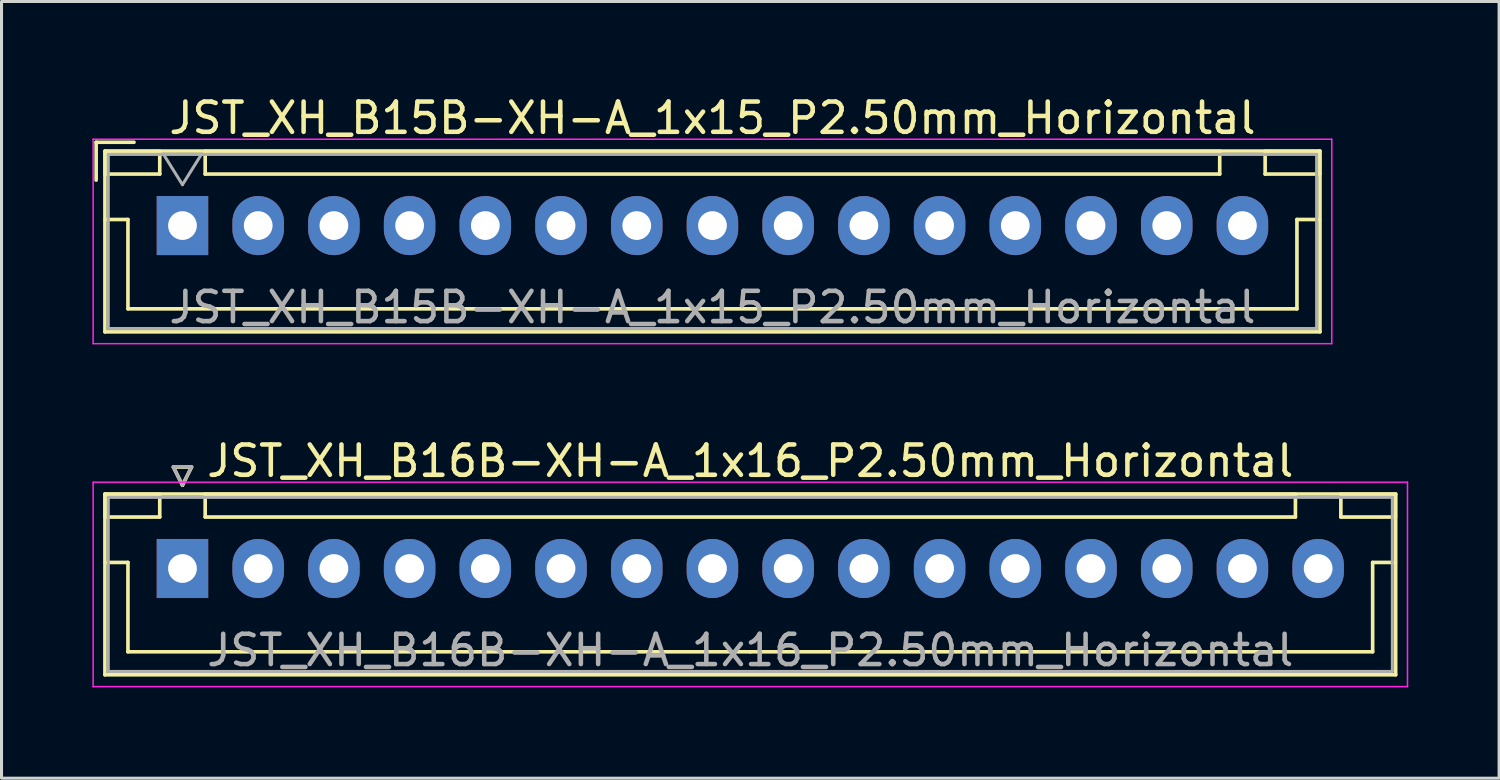
<source format=kicad_pcb>
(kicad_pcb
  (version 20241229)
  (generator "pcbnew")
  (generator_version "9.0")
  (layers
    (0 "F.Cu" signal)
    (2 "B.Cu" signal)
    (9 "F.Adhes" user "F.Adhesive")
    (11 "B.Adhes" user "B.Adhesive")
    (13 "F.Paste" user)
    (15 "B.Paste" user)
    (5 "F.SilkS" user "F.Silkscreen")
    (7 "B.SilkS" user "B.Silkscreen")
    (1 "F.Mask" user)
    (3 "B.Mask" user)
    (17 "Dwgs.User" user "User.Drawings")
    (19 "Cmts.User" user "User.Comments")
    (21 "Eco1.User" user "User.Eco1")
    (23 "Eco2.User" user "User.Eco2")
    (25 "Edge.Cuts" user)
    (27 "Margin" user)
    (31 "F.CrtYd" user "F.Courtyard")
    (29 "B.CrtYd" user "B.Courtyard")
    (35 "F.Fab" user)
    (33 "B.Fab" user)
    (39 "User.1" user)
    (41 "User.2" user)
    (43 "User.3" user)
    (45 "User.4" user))
  (footprint "JST_XH_B16B-XH-A_1x16_P2.50mm_Horizontal"
    (layer "F.Cu")
    (at 2.975 15.722)
    (property "Reference" "JST_XH_B16B-XH-A_1x16_P2.50mm_Horizontal" (at 18.75 -3.55 0) (layer "F.SilkS") (effects (font (size 1 1) (thickness 0.15))))
    (attr through_hole)
    (fp_line (start -2.56 -2.46) (end -2.56 3.51) (stroke (width 0.12) (type solid)) (layer "F.SilkS"))
    (fp_line (start -2.56 3.51) (end 40.06 3.51) (stroke (width 0.12) (type solid)) (layer "F.SilkS"))
    (fp_line (start -2.55 -2.45) (end -2.55 -1.7) (stroke (width 0.12) (type solid)) (layer "F.SilkS"))
    (fp_line (start -2.55 -1.7) (end -0.75 -1.7) (stroke (width 0.12) (type solid)) (layer "F.SilkS"))
    (fp_line (start -2.55 -0.2) (end -1.8 -0.2) (stroke (width 0.12) (type solid)) (layer "F.SilkS"))
    (fp_line (start -1.8 -0.2) (end -1.8 2.75) (stroke (width 0.12) (type solid)) (layer "F.SilkS"))
    (fp_line (start -1.8 2.75) (end 18.75 2.75) (stroke (width 0.12) (type solid)) (layer "F.SilkS"))
    (fp_line (start -0.75 -2.45) (end -2.55 -2.45) (stroke (width 0.12) (type solid)) (layer "F.SilkS"))
    (fp_line (start -0.75 -1.7) (end -0.75 -2.45) (stroke (width 0.12) (type solid)) (layer "F.SilkS"))
    (fp_line (start -0.3 -3.35) (end 0.3 -3.35) (stroke (width 0.12) (type solid)) (layer "F.SilkS"))
    (fp_line (start 0 -2.75) (end -0.3 -3.35) (stroke (width 0.12) (type solid)) (layer "F.SilkS"))
    (fp_line (start 0.3 -3.35) (end 0 -2.75) (stroke (width 0.12) (type solid)) (layer "F.SilkS"))
    (fp_line (start 0.75 -2.45) (end 0.75 -1.7) (stroke (width 0.12) (type solid)) (layer "F.SilkS"))
    (fp_line (start 0.75 -1.7) (end 36.75 -1.7) (stroke (width 0.12) (type solid)) (layer "F.SilkS"))
    (fp_line (start 36.75 -2.45) (end 0.75 -2.45) (stroke (width 0.12) (type solid)) (layer "F.SilkS"))
    (fp_line (start 36.75 -1.7) (end 36.75 -2.45) (stroke (width 0.12) (type solid)) (layer "F.SilkS"))
    (fp_line (start 38.25 -2.45) (end 38.25 -1.7) (stroke (width 0.12) (type solid)) (layer "F.SilkS"))
    (fp_line (start 38.25 -1.7) (end 40.05 -1.7) (stroke (width 0.12) (type solid)) (layer "F.SilkS"))
    (fp_line (start 39.3 -0.2) (end 39.3 2.75) (stroke (width 0.12) (type solid)) (layer "F.SilkS"))
    (fp_line (start 39.3 2.75) (end 18.75 2.75) (stroke (width 0.12) (type solid)) (layer "F.SilkS"))
    (fp_line (start 40.05 -2.45) (end 38.25 -2.45) (stroke (width 0.12) (type solid)) (layer "F.SilkS"))
    (fp_line (start 40.05 -1.7) (end 40.05 -2.45) (stroke (width 0.12) (type solid)) (layer "F.SilkS"))
    (fp_line (start 40.05 -0.2) (end 39.3 -0.2) (stroke (width 0.12) (type solid)) (layer "F.SilkS"))
    (fp_line (start 40.06 -2.46) (end -2.56 -2.46) (stroke (width 0.12) (type solid)) (layer "F.SilkS"))
    (fp_line (start 40.06 3.51) (end 40.06 -2.46) (stroke (width 0.12) (type solid)) (layer "F.SilkS"))
    (fp_line (start -2.95 -2.85) (end -2.95 3.9) (stroke (width 0.05) (type solid)) (layer "F.CrtYd"))
    (fp_line (start -2.95 3.9) (end 40.45 3.9) (stroke (width 0.05) (type solid)) (layer "F.CrtYd"))
    (fp_line (start 40.45 -2.85) (end -2.95 -2.85) (stroke (width 0.05) (type solid)) (layer "F.CrtYd"))
    (fp_line (start 40.45 3.9) (end 40.45 -2.85) (stroke (width 0.05) (type solid)) (layer "F.CrtYd"))
    (fp_line (start -2.45 -2.35) (end -2.45 3.4) (stroke (width 0.1) (type solid)) (layer "F.Fab"))
    (fp_line (start -2.45 3.4) (end 39.95 3.4) (stroke (width 0.1) (type solid)) (layer "F.Fab"))
    (fp_line (start -0.3 -3.35) (end 0.3 -3.35) (stroke (width 0.1) (type solid)) (layer "F.Fab"))
    (fp_line (start 0 -2.75) (end -0.3 -3.35) (stroke (width 0.1) (type solid)) (layer "F.Fab"))
    (fp_line (start 0.3 -3.35) (end 0 -2.75) (stroke (width 0.1) (type solid)) (layer "F.Fab"))
    (fp_line (start 39.95 -2.35) (end -2.45 -2.35) (stroke (width 0.1) (type solid)) (layer "F.Fab"))
    (fp_line (start 39.95 3.4) (end 39.95 -2.35) (stroke (width 0.1) (type solid)) (layer "F.Fab"))
    (fp_text user "${REFERENCE}" (at 18.75 2.7 0) (layer "F.Fab") (effects (font (size 1 1) (thickness 0.15))))
    (pad "1" thru_hole rect (at 0 0) (size 1.7 1.95) (drill 0.95) (layers "*.Cu" "*.Mask"))
    (pad "2" thru_hole oval (at 2.5 0) (size 1.7 1.95) (drill 0.95) (layers "*.Cu" "*.Mask"))
    (pad "3" thru_hole oval (at 5 0) (size 1.7 1.95) (drill 0.95) (layers "*.Cu" "*.Mask"))
    (pad "4" thru_hole oval (at 7.5 0) (size 1.7 1.95) (drill 0.95) (layers "*.Cu" "*.Mask"))
    (pad "5" thru_hole oval (at 10 0) (size 1.7 1.95) (drill 0.95) (layers "*.Cu" "*.Mask"))
    (pad "6" thru_hole oval (at 12.5 0) (size 1.7 1.95) (drill 0.95) (layers "*.Cu" "*.Mask"))
    (pad "7" thru_hole oval (at 15 0) (size 1.7 1.95) (drill 0.95) (layers "*.Cu" "*.Mask"))
    (pad "8" thru_hole oval (at 17.5 0) (size 1.7 1.95) (drill 0.95) (layers "*.Cu" "*.Mask"))
    (pad "9" thru_hole oval (at 20 0) (size 1.7 1.95) (drill 0.95) (layers "*.Cu" "*.Mask"))
    (pad "10" thru_hole oval (at 22.5 0) (size 1.7 1.95) (drill 0.95) (layers "*.Cu" "*.Mask"))
    (pad "11" thru_hole oval (at 25 0) (size 1.7 1.95) (drill 0.95) (layers "*.Cu" "*.Mask"))
    (pad "12" thru_hole oval (at 27.5 0) (size 1.7 1.95) (drill 0.95) (layers "*.Cu" "*.Mask"))
    (pad "13" thru_hole oval (at 30 0) (size 1.7 1.95) (drill 0.95) (layers "*.Cu" "*.Mask"))
    (pad "14" thru_hole oval (at 32.5 0) (size 1.7 1.95) (drill 0.95) (layers "*.Cu" "*.Mask"))
    (pad "15" thru_hole oval (at 35 0) (size 1.7 1.95) (drill 0.95) (layers "*.Cu" "*.Mask"))
    (pad "16" thru_hole oval (at 37.5 0) (size 1.7 1.95) (drill 0.95) (layers "*.Cu" "*.Mask")))
  (footprint "JST_XH_B15B-XH-A_1x15_P2.50mm_Horizontal"
    (layer "F.Cu")
    (at 2.975 4.398)
    (property "Reference" "JST_XH_B15B-XH-A_1x15_P2.50mm_Horizontal" (at 17.5 -3.55 0) (layer "F.SilkS") (effects (font (size 1 1) (thickness 0.15))))
    (attr through_hole)
    (fp_line (start -2.85 -2.75) (end -2.85 -1.5) (stroke (width 0.12) (type solid)) (layer "F.SilkS"))
    (fp_line (start -2.56 -2.46) (end -2.56 3.51) (stroke (width 0.12) (type solid)) (layer "F.SilkS"))
    (fp_line (start -2.56 3.51) (end 37.56 3.51) (stroke (width 0.12) (type solid)) (layer "F.SilkS"))
    (fp_line (start -2.55 -2.45) (end -2.55 -1.7) (stroke (width 0.12) (type solid)) (layer "F.SilkS"))
    (fp_line (start -2.55 -1.7) (end -0.75 -1.7) (stroke (width 0.12) (type solid)) (layer "F.SilkS"))
    (fp_line (start -2.55 -0.2) (end -1.8 -0.2) (stroke (width 0.12) (type solid)) (layer "F.SilkS"))
    (fp_line (start -1.8 -0.2) (end -1.8 2.75) (stroke (width 0.12) (type solid)) (layer "F.SilkS"))
    (fp_line (start -1.8 2.75) (end 17.5 2.75) (stroke (width 0.12) (type solid)) (layer "F.SilkS"))
    (fp_line (start -1.6 -2.75) (end -2.85 -2.75) (stroke (width 0.12) (type solid)) (layer "F.SilkS"))
    (fp_line (start -0.75 -2.45) (end -2.55 -2.45) (stroke (width 0.12) (type solid)) (layer "F.SilkS"))
    (fp_line (start -0.75 -1.7) (end -0.75 -2.45) (stroke (width 0.12) (type solid)) (layer "F.SilkS"))
    (fp_line (start 0.75 -2.45) (end 0.75 -1.7) (stroke (width 0.12) (type solid)) (layer "F.SilkS"))
    (fp_line (start 0.75 -1.7) (end 34.25 -1.7) (stroke (width 0.12) (type solid)) (layer "F.SilkS"))
    (fp_line (start 34.25 -2.45) (end 0.75 -2.45) (stroke (width 0.12) (type solid)) (layer "F.SilkS"))
    (fp_line (start 34.25 -1.7) (end 34.25 -2.45) (stroke (width 0.12) (type solid)) (layer "F.SilkS"))
    (fp_line (start 35.75 -2.45) (end 35.75 -1.7) (stroke (width 0.12) (type solid)) (layer "F.SilkS"))
    (fp_line (start 35.75 -1.7) (end 37.55 -1.7) (stroke (width 0.12) (type solid)) (layer "F.SilkS"))
    (fp_line (start 36.8 -0.2) (end 36.8 2.75) (stroke (width 0.12) (type solid)) (layer "F.SilkS"))
    (fp_line (start 36.8 2.75) (end 17.5 2.75) (stroke (width 0.12) (type solid)) (layer "F.SilkS"))
    (fp_line (start 37.55 -2.45) (end 35.75 -2.45) (stroke (width 0.12) (type solid)) (layer "F.SilkS"))
    (fp_line (start 37.55 -1.7) (end 37.55 -2.45) (stroke (width 0.12) (type solid)) (layer "F.SilkS"))
    (fp_line (start 37.55 -0.2) (end 36.8 -0.2) (stroke (width 0.12) (type solid)) (layer "F.SilkS"))
    (fp_line (start 37.56 -2.46) (end -2.56 -2.46) (stroke (width 0.12) (type solid)) (layer "F.SilkS"))
    (fp_line (start 37.56 3.51) (end 37.56 -2.46) (stroke (width 0.12) (type solid)) (layer "F.SilkS"))
    (fp_line (start -2.95 -2.85) (end -2.95 3.9) (stroke (width 0.05) (type solid)) (layer "F.CrtYd"))
    (fp_line (start -2.95 3.9) (end 37.95 3.9) (stroke (width 0.05) (type solid)) (layer "F.CrtYd"))
    (fp_line (start 37.95 -2.85) (end -2.95 -2.85) (stroke (width 0.05) (type solid)) (layer "F.CrtYd"))
    (fp_line (start 37.95 3.9) (end 37.95 -2.85) (stroke (width 0.05) (type solid)) (layer "F.CrtYd"))
    (fp_line (start -2.45 -2.35) (end -2.45 3.4) (stroke (width 0.1) (type solid)) (layer "F.Fab"))
    (fp_line (start -2.45 3.4) (end 37.45 3.4) (stroke (width 0.1) (type solid)) (layer "F.Fab"))
    (fp_line (start -0.625 -2.35) (end 0 -1.35) (stroke (width 0.1) (type solid)) (layer "F.Fab"))
    (fp_line (start 0 -1.35) (end 0.625 -2.35) (stroke (width 0.1) (type solid)) (layer "F.Fab"))
    (fp_line (start 37.45 -2.35) (end -2.45 -2.35) (stroke (width 0.1) (type solid)) (layer "F.Fab"))
    (fp_line (start 37.45 3.4) (end 37.45 -2.35) (stroke (width 0.1) (type solid)) (layer "F.Fab"))
    (fp_text user "${REFERENCE}" (at 17.5 2.7 0) (layer "F.Fab") (effects (font (size 1 1) (thickness 0.15))))
    (pad "1" thru_hole rect (at 0 0) (size 1.7 1.95) (drill 0.95) (layers "*.Cu" "*.Mask"))
    (pad "2" thru_hole oval (at 2.5 0) (size 1.7 1.95) (drill 0.95) (layers "*.Cu" "*.Mask"))
    (pad "3" thru_hole oval (at 5 0) (size 1.7 1.95) (drill 0.95) (layers "*.Cu" "*.Mask"))
    (pad "4" thru_hole oval (at 7.5 0) (size 1.7 1.95) (drill 0.95) (layers "*.Cu" "*.Mask"))
    (pad "5" thru_hole oval (at 10 0) (size 1.7 1.95) (drill 0.95) (layers "*.Cu" "*.Mask"))
    (pad "6" thru_hole oval (at 12.5 0) (size 1.7 1.95) (drill 0.95) (layers "*.Cu" "*.Mask"))
    (pad "7" thru_hole oval (at 15 0) (size 1.7 1.95) (drill 0.95) (layers "*.Cu" "*.Mask"))
    (pad "8" thru_hole oval (at 17.5 0) (size 1.7 1.95) (drill 0.95) (layers "*.Cu" "*.Mask"))
    (pad "9" thru_hole oval (at 20 0) (size 1.7 1.95) (drill 0.95) (layers "*.Cu" "*.Mask"))
    (pad "10" thru_hole oval (at 22.5 0) (size 1.7 1.95) (drill 0.95) (layers "*.Cu" "*.Mask"))
    (pad "11" thru_hole oval (at 25 0) (size 1.7 1.95) (drill 0.95) (layers "*.Cu" "*.Mask"))
    (pad "12" thru_hole oval (at 27.5 0) (size 1.7 1.95) (drill 0.95) (layers "*.Cu" "*.Mask"))
    (pad "13" thru_hole oval (at 30 0) (size 1.7 1.95) (drill 0.95) (layers "*.Cu" "*.Mask"))
    (pad "14" thru_hole oval (at 32.5 0) (size 1.7 1.95) (drill 0.95) (layers "*.Cu" "*.Mask"))
    (pad "15" thru_hole oval (at 35 0) (size 1.7 1.95) (drill 0.95) (layers "*.Cu" "*.Mask")))
  (gr_rect
    (start -3 -3)
    (end 46.45 22.646)
    (stroke (width 0.1) (type default))
    (fill no)
    (layer "Edge.Cuts")))
</source>
